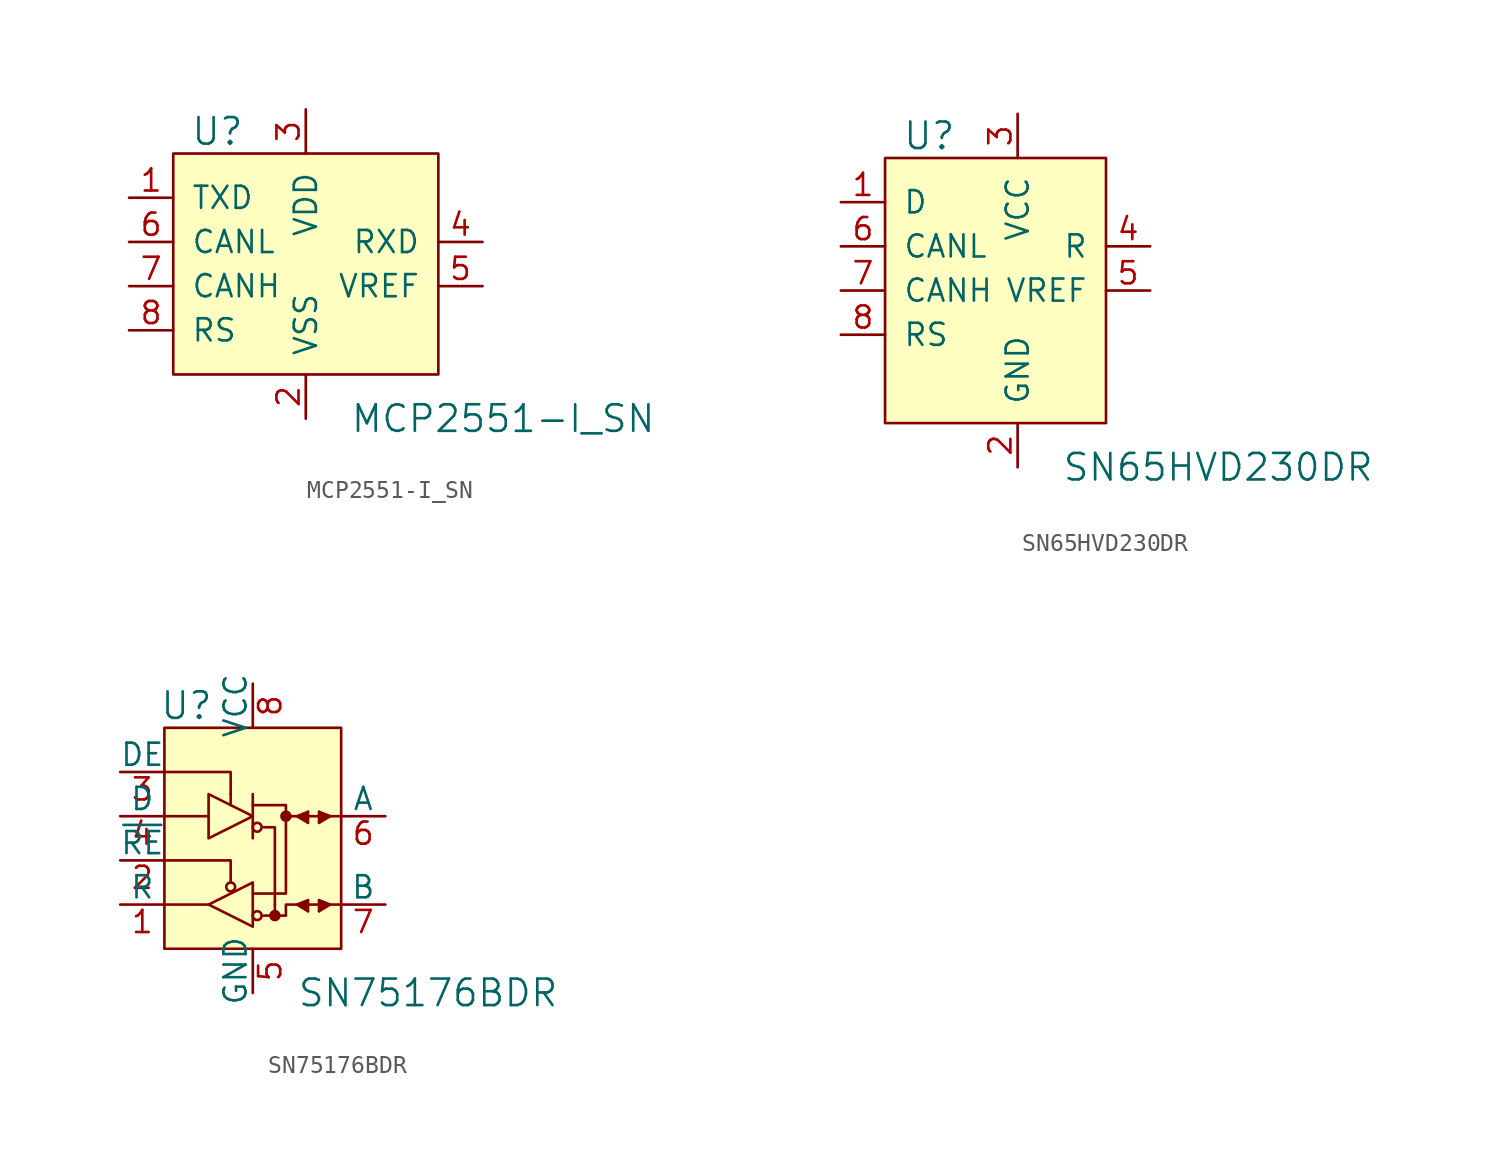
<source format=kicad_sym>
(kicad_symbol_lib
  (version 20201005)
  (generator kicad_symbol_editor)
  (symbol "MCP2551-I_SN"
    (pin_names
      (offset 1.016))
    (property "Reference" "U"
      (at -5.08 8.89 0)
      (effects (font (size 1.524 1.524))))
    (property "Value" "MCP2551-I_SN"
      (at 2.54 -7.62 0)
      (effects (font (size 1.524 1.524)) (justify left)))
    (symbol "MCP2551-I_SN_0_1"
      (rectangle (start -7.62 7.62) (end 7.62 -5.08) (stroke (width 0)) (fill (type background))))
    (symbol "MCP2551-I_SN_1_1"
      (pin input line (at -10.16 5.08 0) (length 2.54) (name "TXD" (effects (font (size 1.27 1.27)))) (number "1" (effects (font (size 1.27 1.27)))))
      (pin power_in line (at 0 -7.62 90) (length 2.54) (name "VSS" (effects (font (size 1.27 1.27)))) (number "2" (effects (font (size 1.27 1.27)))))
      (pin power_in line (at 0 10.16 270) (length 2.54) (name "VDD" (effects (font (size 1.27 1.27)))) (number "3" (effects (font (size 1.27 1.27)))))
      (pin output line (at 10.16 2.54 180) (length 2.54) (name "RXD" (effects (font (size 1.27 1.27)))) (number "4" (effects (font (size 1.27 1.27)))))
      (pin output line (at 10.16 0 180) (length 2.54) (name "VREF" (effects (font (size 1.27 1.27)))) (number "5" (effects (font (size 1.27 1.27)))))
      (pin bidirectional line (at -10.16 2.54 0) (length 2.54) (name "CANL" (effects (font (size 1.27 1.27)))) (number "6" (effects (font (size 1.27 1.27)))))
      (pin bidirectional line (at -10.16 0 0) (length 2.54) (name "CANH" (effects (font (size 1.27 1.27)))) (number "7" (effects (font (size 1.27 1.27)))))
      (pin input line (at -10.16 -2.54 0) (length 2.54) (name "RS" (effects (font (size 1.27 1.27)))) (number "8" (effects (font (size 1.27 1.27)))))))
  (symbol "SN65HVD230DR"
    (pin_names
      (offset 1.016))
    (property "Reference" "U"
      (at -2.54 1.27 0)
      (effects (font (size 1.524 1.524))))
    (property "Value" "SN65HVD230DR"
      (at 5.08 -17.78 0)
      (effects (font (size 1.524 1.524)) (justify left)))
    (symbol "SN65HVD230DR_0_1"
      (rectangle (start -5.08 0) (end 7.62 -15.24) (stroke (width 0)) (fill (type background))))
    (symbol "SN65HVD230DR_1_1"
      (pin input line (at -7.62 -2.54 0) (length 2.54) (name "D" (effects (font (size 1.27 1.27)))) (number "1" (effects (font (size 1.27 1.27)))))
      (pin power_in line (at 2.54 -17.78 90) (length 2.54) (name "GND" (effects (font (size 1.27 1.27)))) (number "2" (effects (font (size 1.27 1.27)))))
      (pin power_in line (at 2.54 2.54 270) (length 2.54) (name "VCC" (effects (font (size 1.27 1.27)))) (number "3" (effects (font (size 1.27 1.27)))))
      (pin output line (at 10.16 -5.08 180) (length 2.54) (name "R" (effects (font (size 1.27 1.27)))) (number "4" (effects (font (size 1.27 1.27)))))
      (pin output line (at 10.16 -7.62 180) (length 2.54) (name "VREF" (effects (font (size 1.27 1.27)))) (number "5" (effects (font (size 1.27 1.27)))))
      (pin bidirectional line (at -7.62 -5.08 0) (length 2.54) (name "CANL" (effects (font (size 1.27 1.27)))) (number "6" (effects (font (size 1.27 1.27)))))
      (pin bidirectional line (at -7.62 -7.62 0) (length 2.54) (name "CANH" (effects (font (size 1.27 1.27)))) (number "7" (effects (font (size 1.27 1.27)))))
      (pin input line (at -7.62 -10.16 0) (length 2.54) (name "RS" (effects (font (size 1.27 1.27)))) (number "8" (effects (font (size 1.27 1.27)))))))
  (symbol "SN75176BDR"
    (pin_names
      (offset 0))
    (property "Reference" "U"
      (at -3.81 6.35 0)
      (effects (font (size 1.524 1.524))))
    (property "Value" "SN75176BDR"
      (at 2.54 -10.16 0)
      (effects (font (size 1.524 1.524)) (justify left)))
    (symbol "SN75176BDR_0_1"
      (circle (center -1.27 -4.064) (radius 0.254) (stroke (width 0)) (fill (type none)))
      (circle (center 0.254 -5.715) (radius 0.254) (stroke (width 0)) (fill (type none)))
      (circle (center 0.254 -0.635) (radius 0.254) (stroke (width 0)) (fill (type none)))
      (circle (center 1.27 -5.715) (radius 0.254) (stroke (width 0)) (fill (type outline)))
      (circle (center 1.905 0) (radius 0.254) (stroke (width 0)) (fill (type outline)))
      (rectangle (start -5.08 5.08) (end 5.08 -7.62) (stroke (width 0)) (fill (type background)))
      (polyline (pts (xy -5.08 0) (xy -2.54 0)) (stroke (width 0)) (fill (type none)))
      (polyline (pts (xy -2.54 -5.08) (xy -5.08 -5.08)) (stroke (width 0)) (fill (type none)))
      (polyline (pts (xy -1.27 1.27) (xy -1.27 0.635)) (stroke (width 0)) (fill (type none)))
      (polyline (pts (xy 0 1.27) (xy 0 -1.27)) (stroke (width 0)) (fill (type none)))
      (polyline (pts (xy 1.27 -5.08) (xy 1.27 -5.715)) (stroke (width 0)) (fill (type none)))
      (polyline (pts (xy 3.175 -4.826) (xy 3.175 -5.461)) (stroke (width 0)) (fill (type outline)))
      (polyline (pts (xy 3.175 0.254) (xy 3.175 -0.381)) (stroke (width 0)) (fill (type outline)))
      (polyline (pts (xy 3.81 -5.08) (xy 3.175 -5.08)) (stroke (width 0)) (fill (type none)))
      (polyline (pts (xy 3.81 -4.826) (xy 3.81 -5.461)) (stroke (width 0)) (fill (type outline)))
      (polyline (pts (xy 3.81 0.254) (xy 3.81 -0.381)) (stroke (width 0)) (fill (type outline)))
      (polyline (pts (xy 5.08 -5.08) (xy 4.445 -5.08)) (stroke (width 0)) (fill (type none)))
      (polyline (pts (xy -5.08 -2.54) (xy -1.27 -2.54) (xy -1.27 -3.81)) (stroke (width 0)) (fill (type none)))
      (polyline (pts (xy -1.27 1.27) (xy -1.27 2.54) (xy -5.08 2.54)) (stroke (width 0)) (fill (type none)))
      (polyline (pts (xy 0 0.635) (xy 1.905 0.635) (xy 1.905 0)) (stroke (width 0)) (fill (type none)))
      (polyline (pts (xy 1.27 -5.08) (xy 1.27 -0.635) (xy 0.635 -0.635)) (stroke (width 0)) (fill (type none)))
      (polyline (pts (xy 3.175 -4.826) (xy 2.54 -5.08) (xy 3.175 -5.461)) (stroke (width 0)) (fill (type outline)))
      (polyline (pts (xy 3.175 0.254) (xy 2.54 0) (xy 3.175 -0.381)) (stroke (width 0)) (fill (type outline)))
      (polyline (pts (xy 3.81 -4.826) (xy 4.445 -5.08) (xy 3.81 -5.461)) (stroke (width 0)) (fill (type outline)))
      (polyline (pts (xy 3.81 0.254) (xy 4.445 0) (xy 3.81 -0.381)) (stroke (width 0)) (fill (type outline)))
      (polyline (pts (xy -2.54 1.27) (xy -2.54 -1.27) (xy 0 0) (xy -2.54 1.27)) (stroke (width 0)) (fill (type none)))
      (polyline (pts (xy 0 -3.81) (xy 0 -6.35) (xy -2.54 -5.08) (xy 0 -3.81)) (stroke (width 0)) (fill (type none)))
      (polyline (pts (xy 2.54 -5.08) (xy 1.905 -5.08) (xy 1.905 -5.715) (xy 0.635 -5.715)) (stroke (width 0)) (fill (type none)))
      (polyline (pts (xy 5.08 0) (xy 1.905 0) (xy 1.905 -4.445) (xy 0 -4.445)) (stroke (width 0)) (fill (type none))))
    (symbol "SN75176BDR_1_1"
      (pin output line (at -7.62 -5.08 0) (length 2.54) (name "R" (effects (font (size 1.27 1.27)))) (number "1" (effects (font (size 1.27 1.27)))))
      (pin input line (at -7.62 -2.54 0) (length 2.54) (name "~RE" (effects (font (size 1.27 1.27)))) (number "2" (effects (font (size 1.27 1.27)))))
      (pin input line (at -7.62 2.54 0) (length 2.54) (name "DE" (effects (font (size 1.27 1.27)))) (number "3" (effects (font (size 1.27 1.27)))))
      (pin input line (at -7.62 0 0) (length 2.54) (name "D" (effects (font (size 1.27 1.27)))) (number "4" (effects (font (size 1.27 1.27)))))
      (pin power_in line (at 0 -10.16 90) (length 2.54) (name "GND" (effects (font (size 1.27 1.27)))) (number "5" (effects (font (size 1.27 1.27)))))
      (pin bidirectional line (at 7.62 0 180) (length 2.54) (name "A" (effects (font (size 1.27 1.27)))) (number "6" (effects (font (size 1.27 1.27)))))
      (pin bidirectional line (at 7.62 -5.08 180) (length 2.54) (name "B" (effects (font (size 1.27 1.27)))) (number "7" (effects (font (size 1.27 1.27)))))
      (pin power_in line (at 0 7.62 270) (length 2.54) (name "VCC" (effects (font (size 1.27 1.27)))) (number "8" (effects (font (size 1.27 1.27))))))))
</source>
